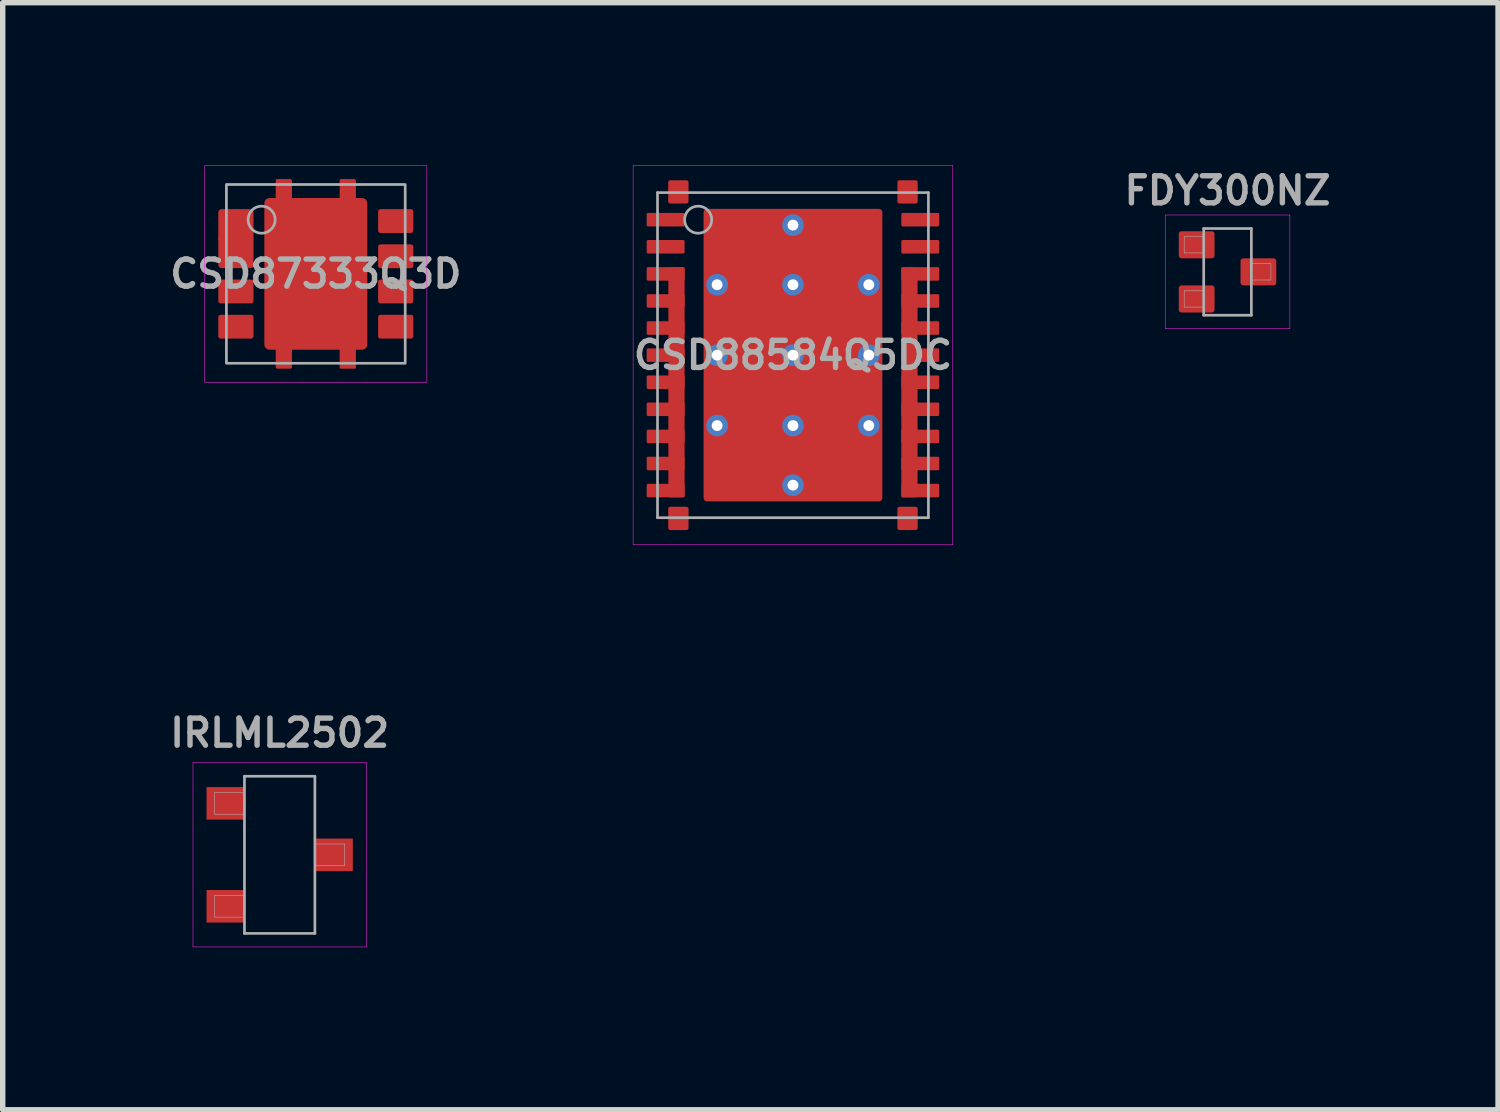
<source format=kicad_pcb>
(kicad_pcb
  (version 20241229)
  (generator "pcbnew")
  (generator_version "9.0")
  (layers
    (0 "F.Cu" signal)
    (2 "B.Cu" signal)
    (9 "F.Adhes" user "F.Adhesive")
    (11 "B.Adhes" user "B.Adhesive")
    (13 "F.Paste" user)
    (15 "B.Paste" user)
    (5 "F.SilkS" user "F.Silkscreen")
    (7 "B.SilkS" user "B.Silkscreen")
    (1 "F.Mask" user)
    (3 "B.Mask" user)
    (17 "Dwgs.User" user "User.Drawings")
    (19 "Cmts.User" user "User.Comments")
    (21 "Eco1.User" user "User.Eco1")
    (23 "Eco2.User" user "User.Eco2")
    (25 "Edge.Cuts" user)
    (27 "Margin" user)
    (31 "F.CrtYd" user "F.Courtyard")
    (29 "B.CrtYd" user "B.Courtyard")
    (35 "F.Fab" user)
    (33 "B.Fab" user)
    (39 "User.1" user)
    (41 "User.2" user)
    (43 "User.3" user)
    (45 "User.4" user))
  (footprint "CSD87333Q3D"
    (layer "F.Cu")
    (at 2.779 2.005)
    (property "Reference" "CSD87333Q3D" (at 0 0 0) (unlocked yes) (layer "F.Fab") (effects (font (size 0.5 0.5) (thickness 0.1))))
    (attr smd)
    (fp_rect (start 2.05 2) (end -2.05 -2) (stroke (width 0.01) (type solid)) (fill no) (layer "F.CrtYd"))
    (fp_rect (start 1.65 1.65) (end -1.65 -1.65) (stroke (width 0.05) (type solid)) (fill no) (layer "F.Fab"))
    (fp_circle (center -1 -1) (end -1.25 -1) (stroke (width 0.05) (type solid)) (fill no) (layer "F.Fab"))
    (pad "" smd roundrect (at -0.5 -0.966 180) (size 0.7 0.666) (layers "F.Paste") (roundrect_rratio 0.05))
    (pad "" smd roundrect (at -0.5 0 180) (size 0.7 0.666) (layers "F.Paste") (roundrect_rratio 0.05))
    (pad "" smd roundrect (at -0.5 0.966 180) (size 0.7 0.666) (layers "F.Paste") (roundrect_rratio 0.05))
    (pad "" smd roundrect (at 0.5 -0.966 180) (size 0.7 0.666) (layers "F.Paste") (roundrect_rratio 0.05))
    (pad "" smd roundrect (at 0.5 0 180) (size 0.7 0.666) (layers "F.Paste") (roundrect_rratio 0.05))
    (pad "" smd roundrect (at 0.5 0.966 180) (size 0.7 0.666) (layers "F.Paste") (roundrect_rratio 0.05))
    (pad "1" smd roundrect (at -1.475 -0.895 180) (size 0.65 0.6) (layers "F.Cu" "F.Mask" "F.Paste") (roundrect_rratio 0.1))
    (pad "2" smd roundrect (at -1.475 -0.403 180) (size 0.65 0.595) (layers "F.Cu" "F.Mask" "F.Paste") (roundrect_rratio 0.1))
    (pad "3" smd roundrect (at -1.475 0.325 180) (size 0.65 0.44) (layers "F.Cu" "F.Mask" "F.Paste") (roundrect_rratio 0.1))
    (pad "4" smd roundrect (at -1.475 0.975 180) (size 0.65 0.44) (layers "F.Cu" "F.Mask" "F.Paste") (roundrect_rratio 0.1))
    (pad "5" smd roundrect (at 1.475 0.975 180) (size 0.65 0.44) (layers "F.Cu" "F.Mask" "F.Paste") (roundrect_rratio 0.1))
    (pad "6" smd roundrect (at 1.475 0.325 180) (size 0.65 0.44) (layers "F.Cu" "F.Mask" "F.Paste") (roundrect_rratio 0.1))
    (pad "7" smd roundrect (at 1.475 -0.325 180) (size 0.65 0.44) (layers "F.Cu" "F.Mask" "F.Paste") (roundrect_rratio 0.1))
    (pad "8" smd roundrect (at 1.475 -0.975 180) (size 0.65 0.44) (layers "F.Cu" "F.Mask" "F.Paste") (roundrect_rratio 0.1))
    (pad "9" smd roundrect (at -0.59 -1.55 180) (size 0.3 0.4) (layers "F.Cu" "F.Mask" "F.Paste") (roundrect_rratio 0.1))
    (pad "9" smd roundrect (at -0.59 1.55 180) (size 0.3 0.4) (layers "F.Cu" "F.Mask" "F.Paste") (roundrect_rratio 0.1))
    (pad "9" smd roundrect (at 0 0 180) (size 1.9 2.8) (layers "F.Cu" "F.Mask") (roundrect_rratio 0.05))
    (pad "9" smd roundrect (at 0.59 -1.55 180) (size 0.3 0.4) (layers "F.Cu" "F.Mask" "F.Paste") (roundrect_rratio 0.1))
    (pad "9" smd roundrect (at 0.59 1.55 180) (size 0.3 0.4) (layers "F.Cu" "F.Mask" "F.Paste") (roundrect_rratio 0.05)))
  (footprint "CSD88584Q5DC"
    (layer "F.Cu")
    (at 11.586 3.505)
    (property "Reference" "CSD88584Q5DC" (at 0 0 0) (layer "F.Fab") (effects (font (size 0.5 0.5) (thickness 0.1))))
    (attr smd)
    (fp_line (start -2.95 -3.5) (end 2.95 -3.5) (stroke (width 0.01) (type solid)) (layer "F.CrtYd"))
    (fp_line (start -2.95 3.5) (end -2.95 -3.5) (stroke (width 0.01) (type solid)) (layer "F.CrtYd"))
    (fp_line (start 2.95 -3.5) (end 2.95 3.5) (stroke (width 0.01) (type solid)) (layer "F.CrtYd"))
    (fp_line (start 2.95 3.5) (end -2.95 3.5) (stroke (width 0.01) (type solid)) (layer "F.CrtYd"))
    (fp_line (start -2.5 -3) (end -2.5 3) (stroke (width 0.05) (type solid)) (layer "F.Fab"))
    (fp_line (start -2.5 3) (end 2.5 3) (stroke (width 0.05) (type solid)) (layer "F.Fab"))
    (fp_line (start 2.5 -3) (end -2.5 -3) (stroke (width 0.05) (type solid)) (layer "F.Fab"))
    (fp_line (start 2.5 3) (end 2.5 -3) (stroke (width 0.05) (type solid)) (layer "F.Fab"))
    (fp_circle (center -1.75 -2.5) (end -1.5 -2.5) (stroke (width 0.05) (type solid)) (fill no) (layer "F.Fab"))
    (pad "" smd roundrect (at -2.15 0.5) (size 0.3 4.25) (layers "F.Cu" "F.Mask" "F.Paste") (roundrect_rratio 0.1))
    (pad "" thru_hole circle (at -1.4 -1.3) (size 0.4 0.4) (drill 0.2) (layers "*.Cu"))
    (pad "" thru_hole circle (at -1.4 0) (size 0.4 0.4) (drill 0.2) (layers "*.Cu"))
    (pad "" thru_hole circle (at -1.4 1.3) (size 0.4 0.4) (drill 0.2) (layers "*.Cu"))
    (pad "" smd roundrect (at -0.8 -1.95) (size 1.4 1.1) (layers "F.Paste") (roundrect_rratio 0.1))
    (pad "" smd roundrect (at -0.8 -0.65) (size 1.4 1.1) (layers "F.Paste") (roundrect_rratio 0.1))
    (pad "" smd roundrect (at -0.8 0.65) (size 1.4 1.1) (layers "F.Paste") (roundrect_rratio 0.1))
    (pad "" smd roundrect (at -0.8 1.95) (size 1.4 1.1) (layers "F.Paste") (roundrect_rratio 0.1))
    (pad "" thru_hole circle (at 0 -2.4) (size 0.4 0.4) (drill 0.2) (layers "*.Cu"))
    (pad "" thru_hole circle (at 0 -1.3) (size 0.4 0.4) (drill 0.2) (layers "*.Cu"))
    (pad "" thru_hole circle (at 0 0) (size 0.4 0.4) (drill 0.2) (layers "*.Cu"))
    (pad "" thru_hole circle (at 0 1.3) (size 0.4 0.4) (drill 0.2) (layers "*.Cu"))
    (pad "" thru_hole circle (at 0 2.4) (size 0.4 0.4) (drill 0.2) (layers "*.Cu"))
    (pad "" smd roundrect (at 0.8 -1.95) (size 1.4 1.1) (layers "F.Paste") (roundrect_rratio 0.1))
    (pad "" smd roundrect (at 0.8 -0.65) (size 1.4 1.1) (layers "F.Paste") (roundrect_rratio 0.1))
    (pad "" smd roundrect (at 0.8 0.65) (size 1.4 1.1) (layers "F.Paste") (roundrect_rratio 0.1))
    (pad "" smd roundrect (at 0.8 1.95) (size 1.4 1.1) (layers "F.Paste") (roundrect_rratio 0.1))
    (pad "" thru_hole circle (at 1.4 -1.3) (size 0.4 0.4) (drill 0.2) (layers "*.Cu"))
    (pad "" thru_hole circle (at 1.4 0) (size 0.4 0.4) (drill 0.2) (layers "*.Cu"))
    (pad "" thru_hole circle (at 1.4 1.3) (size 0.4 0.4) (drill 0.2) (layers "*.Cu"))
    (pad "" smd roundrect (at 2.15 0.5) (size 0.3 4.25) (layers "F.Cu" "F.Mask" "F.Paste") (roundrect_rratio 0.1))
    (pad "1" smd roundrect (at -2.35 -2.5 270) (size 0.25 0.7) (layers "F.Cu" "F.Mask" "F.Paste") (roundrect_rratio 0.1))
    (pad "2" smd roundrect (at -2.35 -2 270) (size 0.25 0.7) (layers "F.Cu" "F.Mask" "F.Paste") (roundrect_rratio 0.1))
    (pad "3" smd roundrect (at -2.35 -1.5 270) (size 0.25 0.7) (layers "F.Cu" "F.Mask" "F.Paste") (roundrect_rratio 0.1))
    (pad "4" smd roundrect (at -2.35 -1 270) (size 0.25 0.7) (layers "F.Cu" "F.Mask" "F.Paste") (roundrect_rratio 0.1))
    (pad "5" smd roundrect (at -2.35 -0.5 270) (size 0.25 0.7) (layers "F.Cu" "F.Mask" "F.Paste") (roundrect_rratio 0.1))
    (pad "6" smd roundrect (at -2.35 0 270) (size 0.25 0.7) (layers "F.Cu" "F.Mask" "F.Paste") (roundrect_rratio 0.1))
    (pad "7" smd roundrect (at -2.35 0.5 270) (size 0.25 0.7) (layers "F.Cu" "F.Mask" "F.Paste") (roundrect_rratio 0.1))
    (pad "8" smd roundrect (at -2.35 1 270) (size 0.25 0.7) (layers "F.Cu" "F.Mask" "F.Paste") (roundrect_rratio 0.1))
    (pad "9" smd roundrect (at -2.35 1.5 270) (size 0.25 0.7) (layers "F.Cu" "F.Mask" "F.Paste") (roundrect_rratio 0.1))
    (pad "10" smd roundrect (at -2.35 2 270) (size 0.25 0.7) (layers "F.Cu" "F.Mask" "F.Paste") (roundrect_rratio 0.1))
    (pad "11" smd roundrect (at -2.35 2.5 270) (size 0.25 0.7) (layers "F.Cu" "F.Mask" "F.Paste") (roundrect_rratio 0.1))
    (pad "12" smd roundrect (at 2.35 2.5 270) (size 0.25 0.7) (layers "F.Cu" "F.Mask" "F.Paste") (roundrect_rratio 0.1))
    (pad "13" smd roundrect (at 2.35 2 270) (size 0.25 0.7) (layers "F.Cu" "F.Mask" "F.Paste") (roundrect_rratio 0.1))
    (pad "14" smd roundrect (at 2.35 1.5 270) (size 0.25 0.7) (layers "F.Cu" "F.Mask" "F.Paste") (roundrect_rratio 0.1))
    (pad "15" smd roundrect (at 2.35 1 270) (size 0.25 0.7) (layers "F.Cu" "F.Mask" "F.Paste") (roundrect_rratio 0.1))
    (pad "16" smd roundrect (at 2.35 0.5 270) (size 0.25 0.7) (layers "F.Cu" "F.Mask" "F.Paste") (roundrect_rratio 0.1))
    (pad "17" smd roundrect (at 2.35 0 270) (size 0.25 0.7) (layers "F.Cu" "F.Mask" "F.Paste") (roundrect_rratio 0.1))
    (pad "18" smd roundrect (at 2.35 -0.5 270) (size 0.25 0.7) (layers "F.Cu" "F.Mask" "F.Paste") (roundrect_rratio 0.1))
    (pad "19" smd roundrect (at 2.35 -1 270) (size 0.25 0.7) (layers "F.Cu" "F.Mask" "F.Paste") (roundrect_rratio 0.1))
    (pad "20" smd roundrect (at 2.35 -1.5 270) (size 0.25 0.7) (layers "F.Cu" "F.Mask" "F.Paste") (roundrect_rratio 0.1))
    (pad "21" smd roundrect (at 2.35 -2 270) (size 0.25 0.7) (layers "F.Cu" "F.Mask" "F.Paste") (roundrect_rratio 0.1))
    (pad "22" smd roundrect (at 2.35 -2.5 270) (size 0.25 0.7) (layers "F.Cu" "F.Mask" "F.Paste") (roundrect_rratio 0.1))
    (pad "23" smd roundrect (at -2.115 -3.013 90) (size 0.43 0.375) (layers "F.Cu" "F.Mask" "F.Paste") (roundrect_rratio 0.1))
    (pad "24" smd roundrect (at -2.115 3.013 90) (size 0.43 0.375) (layers "F.Cu" "F.Mask" "F.Paste") (roundrect_rratio 0.1))
    (pad "25" smd roundrect (at 2.115 3.013 90) (size 0.43 0.375) (layers "F.Cu" "F.Mask" "F.Paste") (roundrect_rratio 0.1))
    (pad "26" smd roundrect (at 2.115 -3.013 90) (size 0.43 0.375) (layers "F.Cu" "F.Mask" "F.Paste") (roundrect_rratio 0.1))
    (pad "27" smd roundrect (at 0 0) (size 3.3 5.4) (layers "F.Cu" "F.Mask") (roundrect_rratio 0.02)))
  (footprint "FDY300NZ"
    (layer "F.Cu")
    (at 19.607 1.968)
    (property "Reference" "FDY300NZ" (at 0 -1.5 0) (layer "F.Fab") (effects (font (size 0.5 0.5) (thickness 0.1))))
    (attr smd)
    (fp_line (start -1.15 -1.05) (end 1.15 -1.05) (stroke (width 0.01) (type solid)) (layer "F.CrtYd"))
    (fp_line (start -1.15 1.05) (end -1.15 -1.05) (stroke (width 0.01) (type solid)) (layer "F.CrtYd"))
    (fp_line (start 1.15 -1.05) (end 1.15 1.05) (stroke (width 0.01) (type solid)) (layer "F.CrtYd"))
    (fp_line (start 1.15 1.05) (end -1.15 1.05) (stroke (width 0.01) (type solid)) (layer "F.CrtYd"))
    (fp_line (start -0.8 -0.65) (end -0.44 -0.65) (stroke (width 0.01) (type solid)) (layer "F.Fab"))
    (fp_line (start -0.8 -0.35) (end -0.8 -0.65) (stroke (width 0.01) (type solid)) (layer "F.Fab"))
    (fp_line (start -0.8 0.35) (end -0.44 0.35) (stroke (width 0.01) (type solid)) (layer "F.Fab"))
    (fp_line (start -0.8 0.65) (end -0.8 0.35) (stroke (width 0.01) (type solid)) (layer "F.Fab"))
    (fp_line (start -0.44 -0.8) (end -0.44 0.8) (stroke (width 0.05) (type solid)) (layer "F.Fab"))
    (fp_line (start -0.44 -0.35) (end -0.8 -0.35) (stroke (width 0.01) (type solid)) (layer "F.Fab"))
    (fp_line (start -0.44 0.65) (end -0.8 0.65) (stroke (width 0.01) (type solid)) (layer "F.Fab"))
    (fp_line (start 0.44 -0.8) (end -0.44 -0.8) (stroke (width 0.05) (type solid)) (layer "F.Fab"))
    (fp_line (start 0.44 -0.8) (end 0.44 0.8) (stroke (width 0.05) (type solid)) (layer "F.Fab"))
    (fp_line (start 0.44 -0.15) (end 0.8 -0.15) (stroke (width 0.01) (type solid)) (layer "F.Fab"))
    (fp_line (start 0.44 0.8) (end -0.44 0.8) (stroke (width 0.05) (type solid)) (layer "F.Fab"))
    (fp_line (start 0.8 -0.15) (end 0.8 0.15) (stroke (width 0.01) (type solid)) (layer "F.Fab"))
    (fp_line (start 0.8 0.15) (end 0.44 0.15) (stroke (width 0.01) (type solid)) (layer "F.Fab"))
    (pad "1" smd roundrect (at -0.57 -0.5) (size 0.66 0.5) (layers "F.Cu" "F.Mask" "F.Paste") (roundrect_rratio 0.1))
    (pad "2" smd roundrect (at -0.57 0.5) (size 0.66 0.5) (layers "F.Cu" "F.Mask" "F.Paste") (roundrect_rratio 0.1))
    (pad "3" smd roundrect (at 0.57 0) (size 0.66 0.5) (layers "F.Cu" "F.Mask" "F.Paste") (roundrect_rratio 0.1)))
  (footprint "IRLML2502"
    (layer "F.Cu")
    (at 2.112 12.728)
    (property "Reference" "IRLML2502" (at 0 -2.25 0) (layer "F.Fab") (effects (font (size 0.5 0.5) (thickness 0.1))))
    (attr smd)
    (fp_line (start -1.6 -1.7) (end 1.6 -1.7) (stroke (width 0.01) (type solid)) (layer "F.CrtYd"))
    (fp_line (start -1.6 1.7) (end -1.6 -1.7) (stroke (width 0.01) (type solid)) (layer "F.CrtYd"))
    (fp_line (start 1.6 -1.7) (end 1.6 1.7) (stroke (width 0.01) (type solid)) (layer "F.CrtYd"))
    (fp_line (start 1.6 1.7) (end -1.6 1.7) (stroke (width 0.01) (type solid)) (layer "F.CrtYd"))
    (fp_line (start -1.2 -1.15) (end -0.65 -1.15) (stroke (width 0.01) (type solid)) (layer "F.Fab"))
    (fp_line (start -1.2 -0.75) (end -1.2 -1.15) (stroke (width 0.01) (type solid)) (layer "F.Fab"))
    (fp_line (start -1.2 0.75) (end -0.65 0.75) (stroke (width 0.01) (type solid)) (layer "F.Fab"))
    (fp_line (start -1.2 1.15) (end -1.2 0.75) (stroke (width 0.01) (type solid)) (layer "F.Fab"))
    (fp_line (start -0.65 -1.45) (end -0.65 1.45) (stroke (width 0.05) (type solid)) (layer "F.Fab"))
    (fp_line (start -0.65 -0.75) (end -1.2 -0.75) (stroke (width 0.01) (type solid)) (layer "F.Fab"))
    (fp_line (start -0.65 1.15) (end -1.2 1.15) (stroke (width 0.01) (type solid)) (layer "F.Fab"))
    (fp_line (start 0.65 -1.45) (end -0.65 -1.45) (stroke (width 0.05) (type solid)) (layer "F.Fab"))
    (fp_line (start 0.65 -1.45) (end 0.65 1.45) (stroke (width 0.05) (type solid)) (layer "F.Fab"))
    (fp_line (start 0.65 -0.2) (end 1.2 -0.2) (stroke (width 0.01) (type solid)) (layer "F.Fab"))
    (fp_line (start 0.65 1.45) (end -0.65 1.45) (stroke (width 0.05) (type solid)) (layer "F.Fab"))
    (fp_line (start 1.2 -0.2) (end 1.2 0.2) (stroke (width 0.01) (type solid)) (layer "F.Fab"))
    (fp_line (start 1.2 0.2) (end 0.65 0.2) (stroke (width 0.01) (type solid)) (layer "F.Fab"))
    (pad "1" smd rect (at -1 -0.95) (size 0.7 0.6) (layers "F.Cu" "F.Mask" "F.Paste"))
    (pad "2" smd rect (at -1 0.95) (size 0.7 0.6) (layers "F.Cu" "F.Mask" "F.Paste"))
    (pad "3" smd rect (at 1 0) (size 0.7 0.6) (layers "F.Cu" "F.Mask" "F.Paste")))
  (gr_rect
    (start -3 -3)
    (end 24.6 17.433)
    (stroke (width 0.1) (type default))
    (fill no)
    (layer "Edge.Cuts")))
</source>
